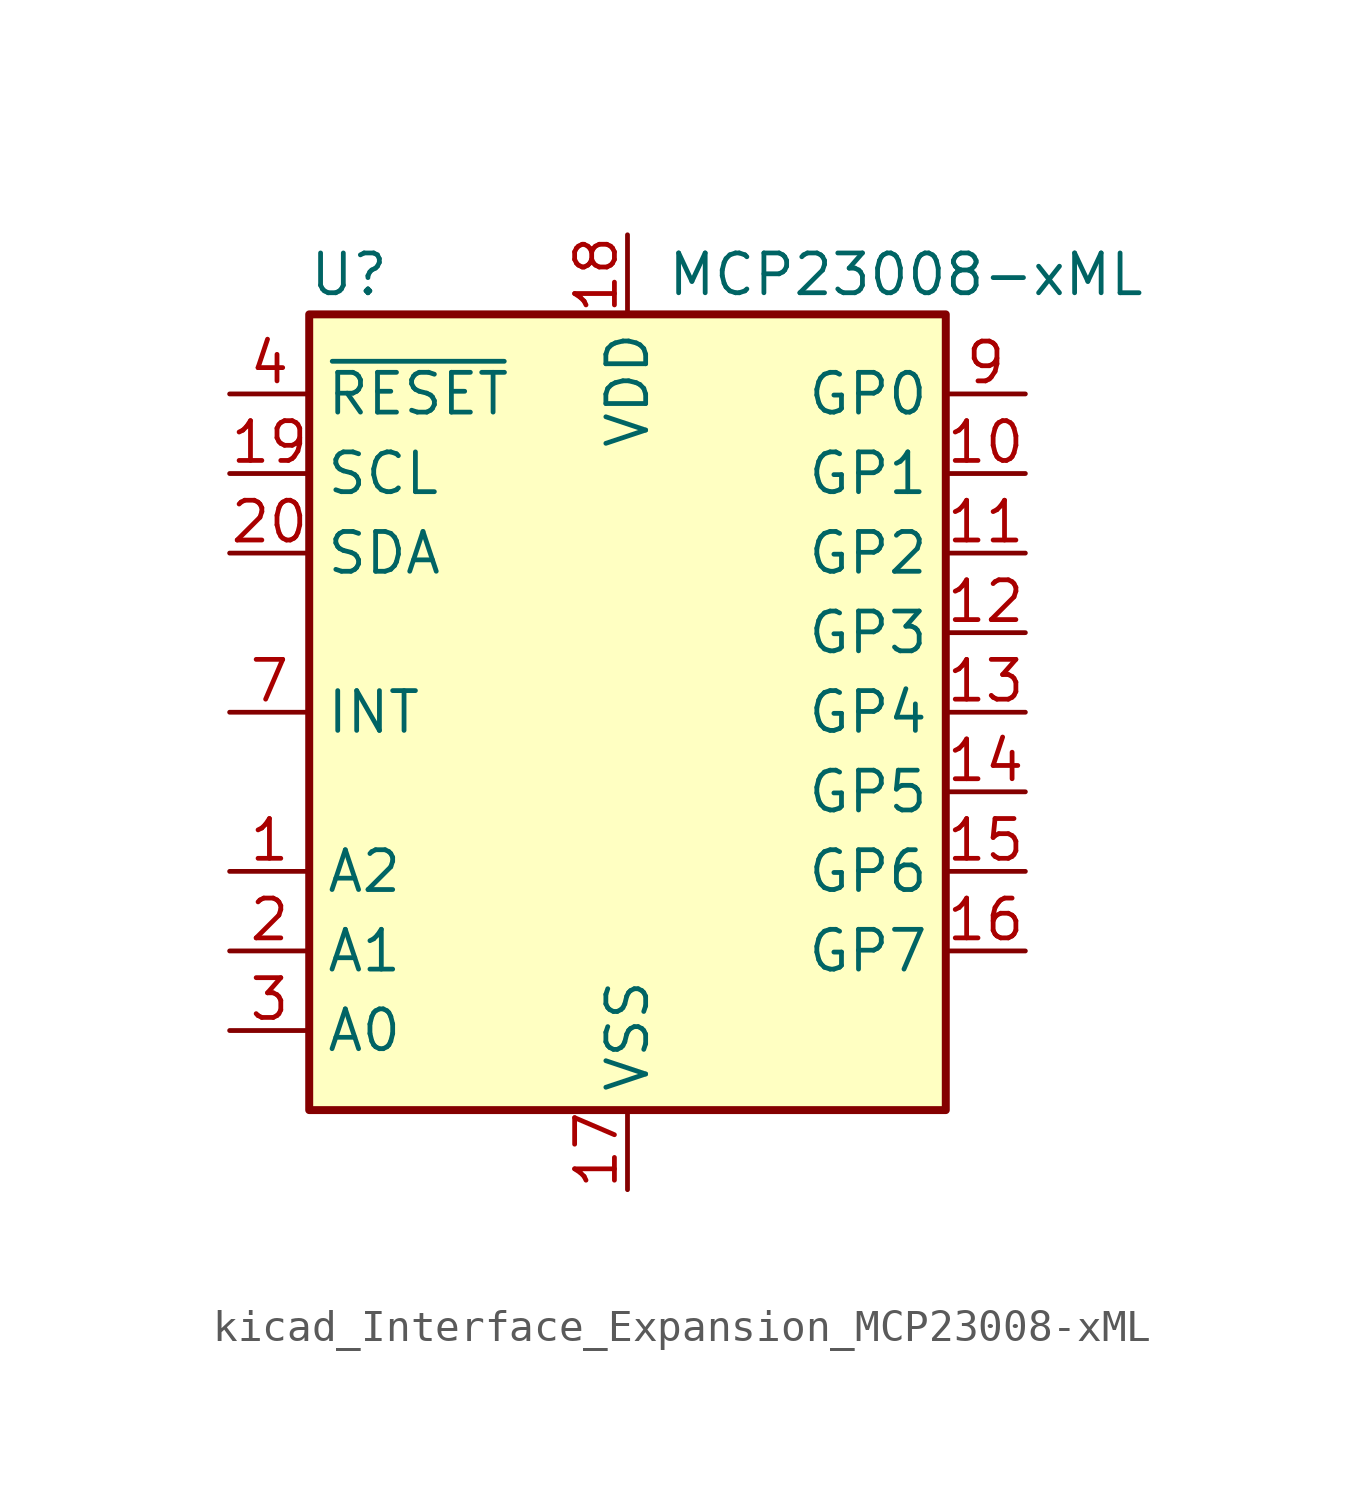
<source format=kicad_sym>
(kicad_symbol_lib
  (version 20220914)
  (generator kicad_symbol_editor)
  (symbol "kicad_Interface_Expansion_MCP23008-xML"
    (property "Reference" "U"
      (at -8.89 13.97 0)
      (effects (font (size 1.27 1.27))))
    (property "Value" "MCP23008-xML"
      (at 8.89 13.97 0)
      (effects (font (size 1.27 1.27))))
    (symbol "kicad_Interface_Expansion_MCP23008-xML_0_1"
      (rectangle (start -10.16 12.7) (end 10.16 -12.7) (stroke (width 0.254) (type default)) (fill (type background))))
    (symbol "kicad_Interface_Expansion_MCP23008-xML_1_1"
      (pin input line (at -12.7 -5.08 0) (length 2.54) (name "A2" (effects (font (size 1.27 1.27)))) (number "1" (effects (font (size 1.27 1.27)))))
      (pin bidirectional line (at 12.7 7.62 180) (length 2.54) (name "GP1" (effects (font (size 1.27 1.27)))) (number "10" (effects (font (size 1.27 1.27)))))
      (pin bidirectional line (at 12.7 5.08 180) (length 2.54) (name "GP2" (effects (font (size 1.27 1.27)))) (number "11" (effects (font (size 1.27 1.27)))))
      (pin bidirectional line (at 12.7 2.54 180) (length 2.54) (name "GP3" (effects (font (size 1.27 1.27)))) (number "12" (effects (font (size 1.27 1.27)))))
      (pin bidirectional line (at 12.7 0 180) (length 2.54) (name "GP4" (effects (font (size 1.27 1.27)))) (number "13" (effects (font (size 1.27 1.27)))))
      (pin bidirectional line (at 12.7 -2.54 180) (length 2.54) (name "GP5" (effects (font (size 1.27 1.27)))) (number "14" (effects (font (size 1.27 1.27)))))
      (pin bidirectional line (at 12.7 -5.08 180) (length 2.54) (name "GP6" (effects (font (size 1.27 1.27)))) (number "15" (effects (font (size 1.27 1.27)))))
      (pin bidirectional line (at 12.7 -7.62 180) (length 2.54) (name "GP7" (effects (font (size 1.27 1.27)))) (number "16" (effects (font (size 1.27 1.27)))))
      (pin power_in line (at 0 -15.24 90) (length 2.54) (name "VSS" (effects (font (size 1.27 1.27)))) (number "17" (effects (font (size 1.27 1.27)))))
      (pin power_in line (at 0 15.24 270) (length 2.54) (name "VDD" (effects (font (size 1.27 1.27)))) (number "18" (effects (font (size 1.27 1.27)))))
      (pin input line (at -12.7 7.62 0) (length 2.54) (name "SCL" (effects (font (size 1.27 1.27)))) (number "19" (effects (font (size 1.27 1.27)))))
      (pin input line (at -12.7 -7.62 0) (length 2.54) (name "A1" (effects (font (size 1.27 1.27)))) (number "2" (effects (font (size 1.27 1.27)))))
      (pin bidirectional line (at -12.7 5.08 0) (length 2.54) (name "SDA" (effects (font (size 1.27 1.27)))) (number "20" (effects (font (size 1.27 1.27)))))
      (pin input line (at -12.7 -10.16 0) (length 2.54) (name "A0" (effects (font (size 1.27 1.27)))) (number "3" (effects (font (size 1.27 1.27)))))
      (pin input line (at -12.7 10.16 0) (length 2.54) (name "~{RESET}" (effects (font (size 1.27 1.27)))) (number "4" (effects (font (size 1.27 1.27)))))
      (pin no_connect line (at -10.16 2.54 0) (length 2.54) hide (name "NC" (effects (font (size 1.27 1.27)))) (number "5" (effects (font (size 1.27 1.27)))))
      (pin no_connect line (at -10.16 -2.54 0) (length 2.54) hide (name "NC" (effects (font (size 1.27 1.27)))) (number "6" (effects (font (size 1.27 1.27)))))
      (pin output line (at -12.7 0 0) (length 2.54) (name "INT" (effects (font (size 1.27 1.27)))) (number "7" (effects (font (size 1.27 1.27)))) (alternate "INT" open_collector line))
      (pin no_connect line (at 10.16 -10.16 180) (length 2.54) hide (name "NC" (effects (font (size 1.27 1.27)))) (number "8" (effects (font (size 1.27 1.27)))))
      (pin bidirectional line (at 12.7 10.16 180) (length 2.54) (name "GP0" (effects (font (size 1.27 1.27)))) (number "9" (effects (font (size 1.27 1.27))))))))
</source>
